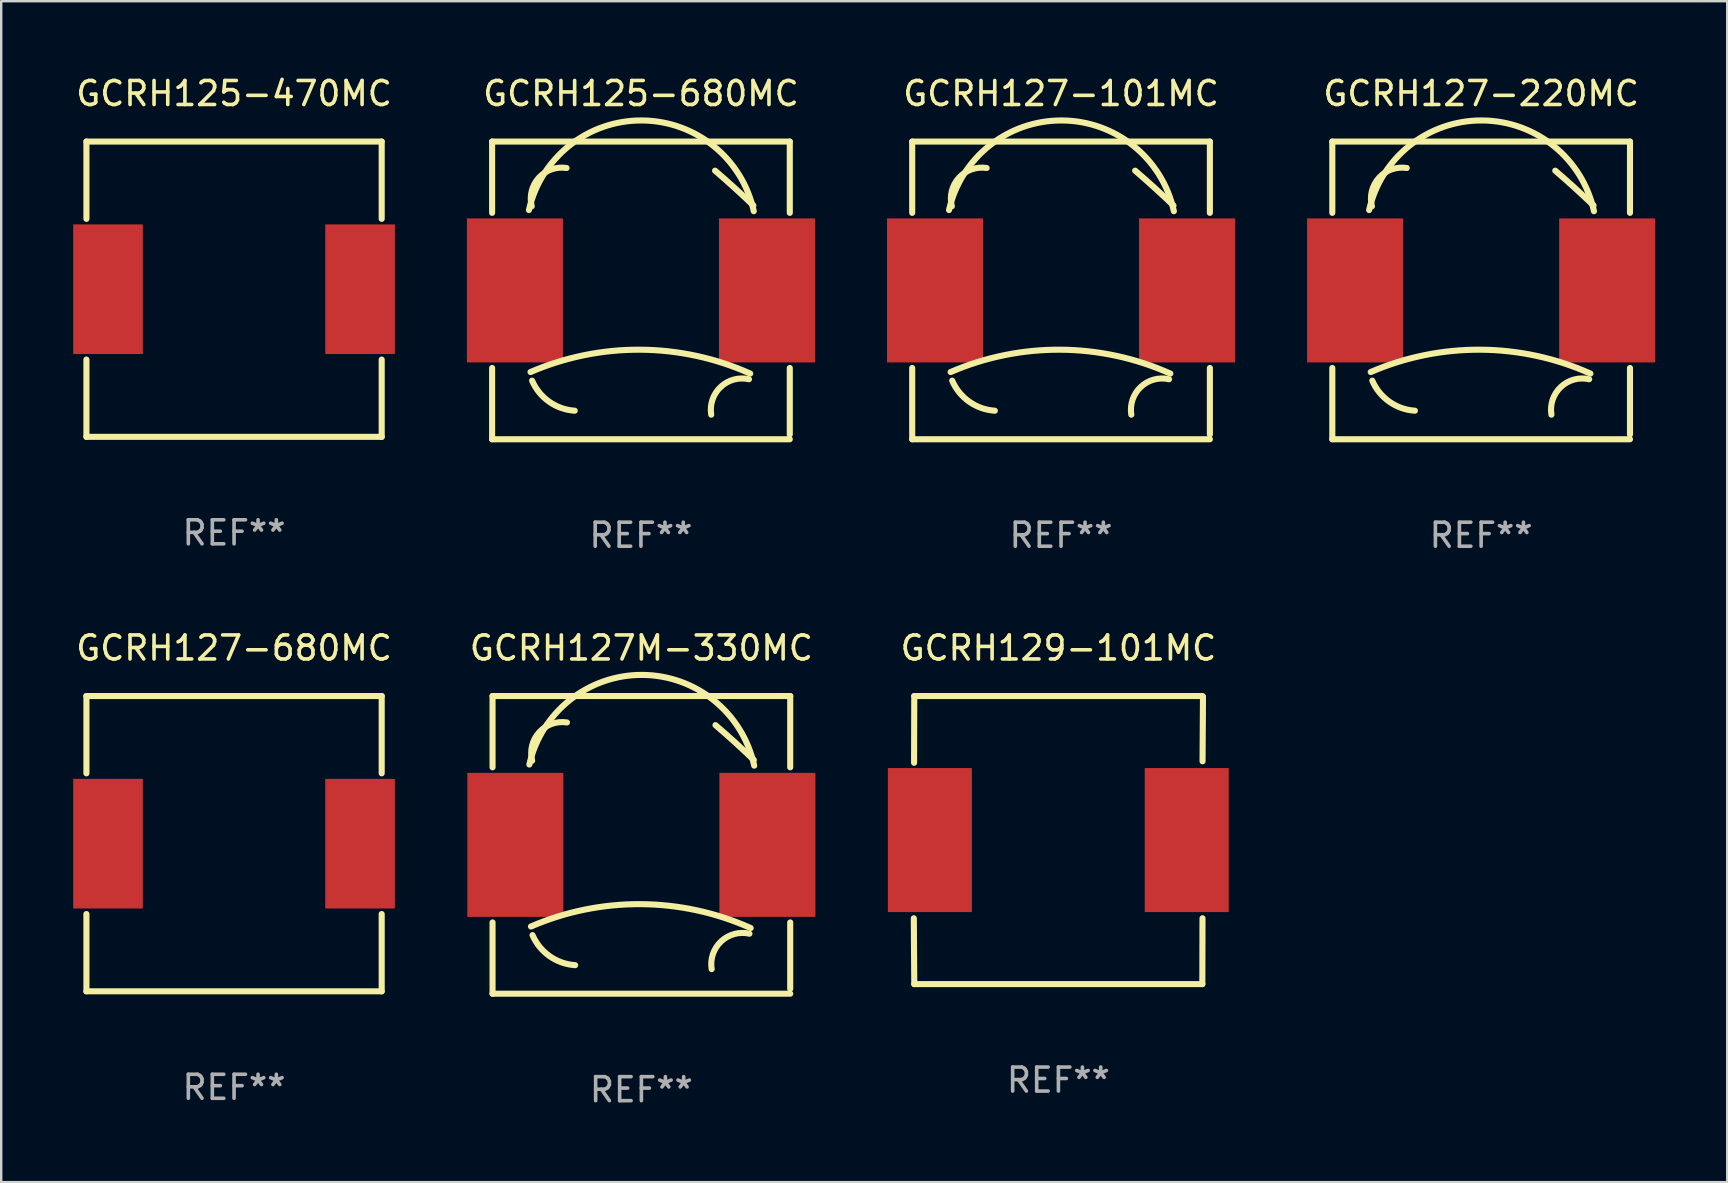
<source format=kicad_pcb>
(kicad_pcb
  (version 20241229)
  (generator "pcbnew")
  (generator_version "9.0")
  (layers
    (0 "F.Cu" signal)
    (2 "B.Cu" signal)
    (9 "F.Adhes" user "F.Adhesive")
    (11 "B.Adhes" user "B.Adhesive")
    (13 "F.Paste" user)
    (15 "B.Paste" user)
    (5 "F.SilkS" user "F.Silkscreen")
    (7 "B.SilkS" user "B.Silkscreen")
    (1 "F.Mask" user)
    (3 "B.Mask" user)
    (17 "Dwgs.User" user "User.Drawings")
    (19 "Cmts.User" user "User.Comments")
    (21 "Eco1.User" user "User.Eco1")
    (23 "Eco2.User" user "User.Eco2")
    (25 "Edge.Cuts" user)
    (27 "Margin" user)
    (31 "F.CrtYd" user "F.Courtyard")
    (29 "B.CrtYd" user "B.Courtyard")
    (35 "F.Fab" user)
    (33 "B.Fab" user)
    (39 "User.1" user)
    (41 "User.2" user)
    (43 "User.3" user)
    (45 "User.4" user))
  (footprint "GCRH127-680MC"
    (layer "F.Cu")
    (at 6.7 32.095)
    (property "Reference" "GCRH127-680MC" (at 0 -8.15 0) (layer "F.SilkS") (effects (font (size 1 1) (thickness 0.15))))
    (attr through_hole)
    (fp_line (start -6.15 -6.15) (end -6.15 -2.931) (stroke (width 0.254) (type solid)) (layer "F.SilkS"))
    (fp_line (start -6.15 -6.15) (end 6.15 -6.15) (stroke (width 0.254) (type solid)) (layer "F.SilkS"))
    (fp_line (start -6.15 2.931) (end -6.15 6.15) (stroke (width 0.254) (type solid)) (layer "F.SilkS"))
    (fp_line (start -6.15 6.15) (end 6.15 6.15) (stroke (width 0.254) (type solid)) (layer "F.SilkS"))
    (fp_line (start 6.15 -2.931) (end 6.15 -6.15) (stroke (width 0.254) (type solid)) (layer "F.SilkS"))
    (fp_line (start 6.15 6.15) (end 6.15 2.931) (stroke (width 0.254) (type solid)) (layer "F.SilkS"))
    (fp_circle (center -6.15 6.15) (end -6.12 6.15) (stroke (width 0.06) (type solid)) (fill no) (layer "F.SilkS"))
    (fp_text user "REF**" (at 0 10.15 0) (layer "F.Fab") (effects (font (size 1 1) (thickness 0.15))))
    (pad "1" smd rect (at -5.25 0) (size 2.9 5.4) (layers "F.Cu" "F.Mask" "F.Paste"))
    (pad "2" smd rect (at 5.25 0) (size 2.9 5.4) (layers "F.Cu" "F.Mask" "F.Paste")))
  (footprint "GCRH127-220MC"
    (layer "F.Cu")
    (at 58.65 9.048)
    (property "Reference" "GCRH127-220MC" (at 0 -8.2 0) (layer "F.SilkS") (effects (font (size 1 1) (thickness 0.15))))
    (attr through_hole)
    (fp_line (start -6.2 -6.2) (end -6.2 -3.231) (stroke (width 0.254) (type solid)) (layer "F.SilkS"))
    (fp_line (start -6.2 -6.2) (end 6.2 -6.2) (stroke (width 0.254) (type solid)) (layer "F.SilkS"))
    (fp_line (start -6.2 3.231) (end -6.2 6.2) (stroke (width 0.254) (type solid)) (layer "F.SilkS"))
    (fp_line (start -6.2 6.2) (end 6.2 6.2) (stroke (width 0.254) (type solid)) (layer "F.SilkS"))
    (fp_line (start 6.2 -6.2) (end 6.2 -3.231) (stroke (width 0.254) (type solid)) (layer "F.SilkS"))
    (fp_line (start 6.2 3.231) (end 6.2 6) (stroke (width 0.254) (type solid)) (layer "F.SilkS"))
    (fp_arc (start -4.666268 -3.347523) (mid 0.035925 -7.080035) (end 4.7 -3.3) (stroke (width 0.254001) (type solid)) (layer "F.SilkS"))
    (fp_arc (start -4.6 3.4) (mid -0.017181 2.469621) (end 4.552248 3.463678) (stroke (width 0.254001) (type solid)) (layer "F.SilkS"))
    (fp_arc (start -4.54986 -3.504115) (mid -4.254361 -4.692196) (end -3.1 -5.099999) (stroke (width 0.254001) (type solid)) (layer "F.SilkS"))
    (fp_arc (start -2.758293 5.011176) (mid -3.822943 4.635946) (end -4.534316 3.759462) (stroke (width 0.254001) (type solid)) (layer "F.SilkS"))
    (fp_arc (start 2.927153 5.17587) (mid 3.321583 4.020185) (end 4.5 3.7) (stroke (width 0.254001) (type solid)) (layer "F.SilkS"))
    (fp_arc (start 3.08763 -4.988189) (mid 3.895745 -4.274456) (end 4.683515 -3.538329) (stroke (width 0.254001) (type solid)) (layer "F.SilkS"))
    (fp_circle (center -6.15 6.15) (end -6.12 6.15) (stroke (width 0.06) (type solid)) (fill no) (layer "F.SilkS"))
    (fp_text user "REF**" (at 0 10.2 0) (layer "F.Fab") (effects (font (size 1 1) (thickness 0.15))))
    (pad "1" smd rect (at -5.25 0) (size 4 6) (layers "F.Cu" "F.Mask" "F.Paste"))
    (pad "2" smd rect (at 5.25 0) (size 4 6) (layers "F.Cu" "F.Mask" "F.Paste")))
  (footprint "GCRH129-101MC"
    (layer "F.Cu")
    (at 41.04 31.945)
    (property "Reference" "GCRH129-101MC" (at 0 -8 0) (layer "F.SilkS") (effects (font (size 1 1) (thickness 0.15))))
    (attr through_hole)
    (fp_line (start -6.012 -3.22) (end -6.004 -6) (stroke (width 0.254) (type solid)) (layer "F.SilkS"))
    (fp_line (start -6.004 -6) (end 5.996 -6) (stroke (width 0.254) (type solid)) (layer "F.SilkS"))
    (fp_line (start -6.004 6) (end -6.023 3.258) (stroke (width 0.254) (type solid)) (layer "F.SilkS"))
    (fp_line (start -6.004 6) (end 5.996 6) (stroke (width 0.254) (type solid)) (layer "F.SilkS"))
    (fp_line (start 5.996 6) (end 6.003 3.258) (stroke (width 0.254) (type solid)) (layer "F.SilkS"))
    (fp_line (start 6.005 -3.282) (end 6.023 -5.98) (stroke (width 0.254) (type solid)) (layer "F.SilkS"))
    (fp_circle (center -6.004 6) (end -5.974 6) (stroke (width 0.06) (type solid)) (fill no) (layer "F.SilkS"))
    (fp_text user "REF**" (at 0 10 0) (layer "F.Fab") (effects (font (size 1 1) (thickness 0.15))))
    (pad "1" smd rect (at -5.354 0) (size 3.5 6) (layers "F.Cu" "F.Mask" "F.Paste"))
    (pad "2" smd rect (at 5.346 0) (size 3.5 6) (layers "F.Cu" "F.Mask" "F.Paste")))
  (footprint "GCRH127M-330MC"
    (layer "F.Cu")
    (at 23.668 32.145)
    (property "Reference" "GCRH127M-330MC" (at 0 -8.2 0) (layer "F.SilkS") (effects (font (size 1 1) (thickness 0.15))))
    (attr through_hole)
    (fp_line (start -6.2 -6.2) (end -6.2 -3.231) (stroke (width 0.254) (type solid)) (layer "F.SilkS"))
    (fp_line (start -6.2 -6.2) (end 6.2 -6.2) (stroke (width 0.254) (type solid)) (layer "F.SilkS"))
    (fp_line (start -6.2 3.231) (end -6.2 6.2) (stroke (width 0.254) (type solid)) (layer "F.SilkS"))
    (fp_line (start -6.2 6.2) (end 6.2 6.2) (stroke (width 0.254) (type solid)) (layer "F.SilkS"))
    (fp_line (start 6.2 -6.2) (end 6.2 -3.231) (stroke (width 0.254) (type solid)) (layer "F.SilkS"))
    (fp_line (start 6.2 3.231) (end 6.2 6) (stroke (width 0.254) (type solid)) (layer "F.SilkS"))
    (fp_arc (start -4.666268 -3.347523) (mid 0.035925 -7.080035) (end 4.7 -3.3) (stroke (width 0.254001) (type solid)) (layer "F.SilkS"))
    (fp_arc (start -4.6 3.4) (mid -0.017181 2.469621) (end 4.552248 3.463678) (stroke (width 0.254001) (type solid)) (layer "F.SilkS"))
    (fp_arc (start -4.54986 -3.504115) (mid -4.254361 -4.692196) (end -3.1 -5.099999) (stroke (width 0.254001) (type solid)) (layer "F.SilkS"))
    (fp_arc (start -2.758293 5.011176) (mid -3.822943 4.635946) (end -4.534316 3.759462) (stroke (width 0.254001) (type solid)) (layer "F.SilkS"))
    (fp_arc (start 2.927153 5.17587) (mid 3.321583 4.020185) (end 4.5 3.7) (stroke (width 0.254001) (type solid)) (layer "F.SilkS"))
    (fp_arc (start 3.08763 -4.988189) (mid 3.895745 -4.274456) (end 4.683515 -3.538329) (stroke (width 0.254001) (type solid)) (layer "F.SilkS"))
    (fp_circle (center -6.15 6.15) (end -6.12 6.15) (stroke (width 0.06) (type solid)) (fill no) (layer "F.SilkS"))
    (fp_text user "REF**" (at 0 10.2 0) (layer "F.Fab") (effects (font (size 1 1) (thickness 0.15))))
    (pad "1" smd rect (at -5.25 0) (size 4 6) (layers "F.Cu" "F.Mask" "F.Paste"))
    (pad "2" smd rect (at 5.25 0) (size 4 6) (layers "F.Cu" "F.Mask" "F.Paste")))
  (footprint "GCRH125-680MC"
    (layer "F.Cu")
    (at 23.65 9.048)
    (property "Reference" "GCRH125-680MC" (at 0 -8.2 0) (layer "F.SilkS") (effects (font (size 1 1) (thickness 0.15))))
    (attr through_hole)
    (fp_line (start -6.2 -6.2) (end -6.2 -3.231) (stroke (width 0.254) (type solid)) (layer "F.SilkS"))
    (fp_line (start -6.2 -6.2) (end 6.2 -6.2) (stroke (width 0.254) (type solid)) (layer "F.SilkS"))
    (fp_line (start -6.2 3.231) (end -6.2 6.2) (stroke (width 0.254) (type solid)) (layer "F.SilkS"))
    (fp_line (start -6.2 6.2) (end 6.2 6.2) (stroke (width 0.254) (type solid)) (layer "F.SilkS"))
    (fp_line (start 6.2 -6.2) (end 6.2 -3.231) (stroke (width 0.254) (type solid)) (layer "F.SilkS"))
    (fp_line (start 6.2 3.231) (end 6.2 6) (stroke (width 0.254) (type solid)) (layer "F.SilkS"))
    (fp_arc (start -4.666268 -3.347523) (mid 0.035925 -7.080035) (end 4.7 -3.3) (stroke (width 0.254001) (type solid)) (layer "F.SilkS"))
    (fp_arc (start -4.6 3.4) (mid -0.017181 2.469621) (end 4.552248 3.463678) (stroke (width 0.254001) (type solid)) (layer "F.SilkS"))
    (fp_arc (start -4.54986 -3.504115) (mid -4.254361 -4.692196) (end -3.1 -5.099999) (stroke (width 0.254001) (type solid)) (layer "F.SilkS"))
    (fp_arc (start -2.758293 5.011176) (mid -3.822943 4.635946) (end -4.534316 3.759462) (stroke (width 0.254001) (type solid)) (layer "F.SilkS"))
    (fp_arc (start 2.927153 5.17587) (mid 3.321583 4.020185) (end 4.5 3.7) (stroke (width 0.254001) (type solid)) (layer "F.SilkS"))
    (fp_arc (start 3.08763 -4.988189) (mid 3.895745 -4.274456) (end 4.683515 -3.538329) (stroke (width 0.254001) (type solid)) (layer "F.SilkS"))
    (fp_circle (center -6.15 6.15) (end -6.12 6.15) (stroke (width 0.06) (type solid)) (fill no) (layer "F.SilkS"))
    (fp_text user "REF**" (at 0 10.2 0) (layer "F.Fab") (effects (font (size 1 1) (thickness 0.15))))
    (pad "1" smd rect (at -5.25 0) (size 4 6) (layers "F.Cu" "F.Mask" "F.Paste"))
    (pad "2" smd rect (at 5.25 0) (size 4 6) (layers "F.Cu" "F.Mask" "F.Paste")))
  (footprint "GCRH125-470MC"
    (layer "F.Cu")
    (at 6.7 8.998)
    (property "Reference" "GCRH125-470MC" (at 0 -8.15 0) (layer "F.SilkS") (effects (font (size 1 1) (thickness 0.15))))
    (attr through_hole)
    (fp_line (start -6.15 -6.15) (end -6.15 -2.931) (stroke (width 0.254) (type solid)) (layer "F.SilkS"))
    (fp_line (start -6.15 -6.15) (end 6.15 -6.15) (stroke (width 0.254) (type solid)) (layer "F.SilkS"))
    (fp_line (start -6.15 2.931) (end -6.15 6.15) (stroke (width 0.254) (type solid)) (layer "F.SilkS"))
    (fp_line (start -6.15 6.15) (end 6.15 6.15) (stroke (width 0.254) (type solid)) (layer "F.SilkS"))
    (fp_line (start 6.15 -2.931) (end 6.15 -6.15) (stroke (width 0.254) (type solid)) (layer "F.SilkS"))
    (fp_line (start 6.15 6.15) (end 6.15 2.931) (stroke (width 0.254) (type solid)) (layer "F.SilkS"))
    (fp_circle (center -6.15 6.15) (end -6.12 6.15) (stroke (width 0.06) (type solid)) (fill no) (layer "F.SilkS"))
    (fp_text user "REF**" (at 0 10.15 0) (layer "F.Fab") (effects (font (size 1 1) (thickness 0.15))))
    (pad "1" smd rect (at -5.25 0) (size 2.9 5.4) (layers "F.Cu" "F.Mask" "F.Paste"))
    (pad "2" smd rect (at 5.25 0) (size 2.9 5.4) (layers "F.Cu" "F.Mask" "F.Paste")))
  (footprint "GCRH127-101MC"
    (layer "F.Cu")
    (at 41.15 9.048)
    (property "Reference" "GCRH127-101MC" (at 0 -8.2 0) (layer "F.SilkS") (effects (font (size 1 1) (thickness 0.15))))
    (attr through_hole)
    (fp_line (start -6.2 -6.2) (end -6.2 -3.231) (stroke (width 0.254) (type solid)) (layer "F.SilkS"))
    (fp_line (start -6.2 -6.2) (end 6.2 -6.2) (stroke (width 0.254) (type solid)) (layer "F.SilkS"))
    (fp_line (start -6.2 3.231) (end -6.2 6.2) (stroke (width 0.254) (type solid)) (layer "F.SilkS"))
    (fp_line (start -6.2 6.2) (end 6.2 6.2) (stroke (width 0.254) (type solid)) (layer "F.SilkS"))
    (fp_line (start 6.2 -6.2) (end 6.2 -3.231) (stroke (width 0.254) (type solid)) (layer "F.SilkS"))
    (fp_line (start 6.2 3.231) (end 6.2 6) (stroke (width 0.254) (type solid)) (layer "F.SilkS"))
    (fp_arc (start -4.666268 -3.347523) (mid 0.035925 -7.080035) (end 4.7 -3.3) (stroke (width 0.254001) (type solid)) (layer "F.SilkS"))
    (fp_arc (start -4.6 3.4) (mid -0.017181 2.469621) (end 4.552248 3.463678) (stroke (width 0.254001) (type solid)) (layer "F.SilkS"))
    (fp_arc (start -4.54986 -3.504115) (mid -4.254361 -4.692196) (end -3.1 -5.099999) (stroke (width 0.254001) (type solid)) (layer "F.SilkS"))
    (fp_arc (start -2.758293 5.011176) (mid -3.822943 4.635946) (end -4.534316 3.759462) (stroke (width 0.254001) (type solid)) (layer "F.SilkS"))
    (fp_arc (start 2.927153 5.17587) (mid 3.321583 4.020185) (end 4.5 3.7) (stroke (width 0.254001) (type solid)) (layer "F.SilkS"))
    (fp_arc (start 3.08763 -4.988189) (mid 3.895745 -4.274456) (end 4.683515 -3.538329) (stroke (width 0.254001) (type solid)) (layer "F.SilkS"))
    (fp_circle (center -6.15 6.15) (end -6.12 6.15) (stroke (width 0.06) (type solid)) (fill no) (layer "F.SilkS"))
    (fp_text user "REF**" (at 0 10.2 0) (layer "F.Fab") (effects (font (size 1 1) (thickness 0.15))))
    (pad "1" smd rect (at -5.25 0) (size 4 6) (layers "F.Cu" "F.Mask" "F.Paste"))
    (pad "2" smd rect (at 5.25 0) (size 4 6) (layers "F.Cu" "F.Mask" "F.Paste")))
  (gr_rect
    (start -3 -3)
    (end 68.9 46.193)
    (stroke (width 0.1) (type default))
    (fill no)
    (layer "Edge.Cuts")))
</source>
